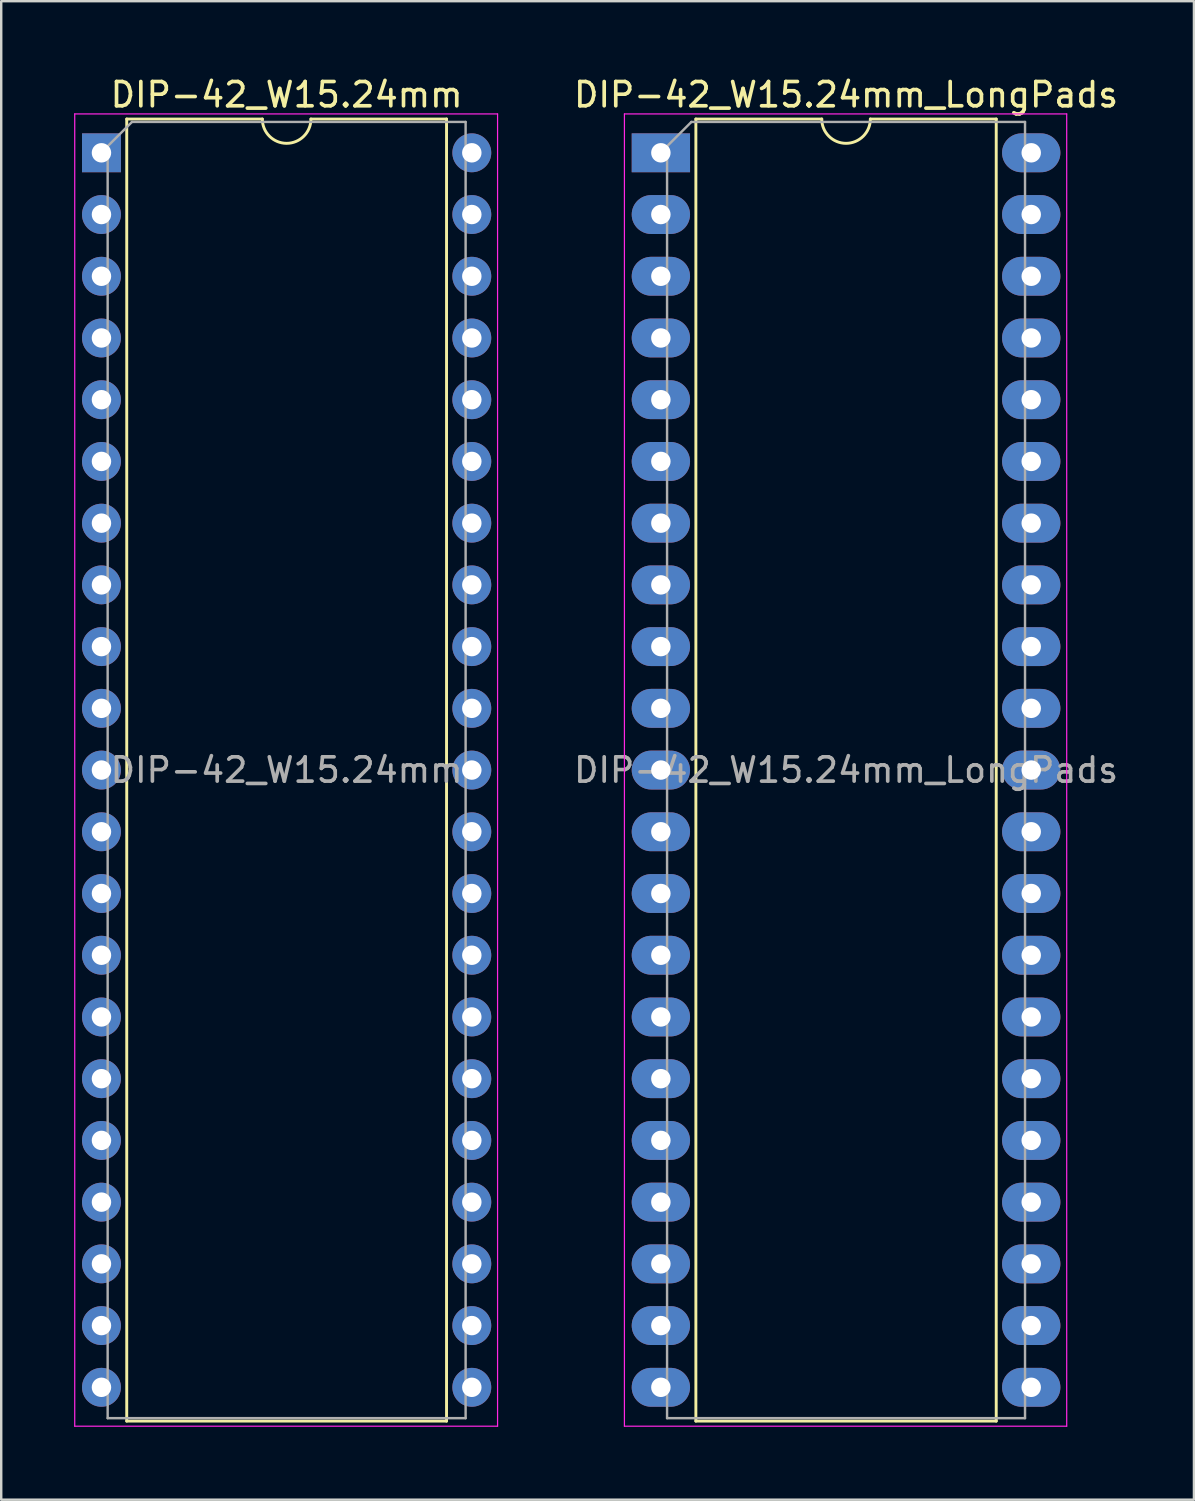
<source format=kicad_pcb>
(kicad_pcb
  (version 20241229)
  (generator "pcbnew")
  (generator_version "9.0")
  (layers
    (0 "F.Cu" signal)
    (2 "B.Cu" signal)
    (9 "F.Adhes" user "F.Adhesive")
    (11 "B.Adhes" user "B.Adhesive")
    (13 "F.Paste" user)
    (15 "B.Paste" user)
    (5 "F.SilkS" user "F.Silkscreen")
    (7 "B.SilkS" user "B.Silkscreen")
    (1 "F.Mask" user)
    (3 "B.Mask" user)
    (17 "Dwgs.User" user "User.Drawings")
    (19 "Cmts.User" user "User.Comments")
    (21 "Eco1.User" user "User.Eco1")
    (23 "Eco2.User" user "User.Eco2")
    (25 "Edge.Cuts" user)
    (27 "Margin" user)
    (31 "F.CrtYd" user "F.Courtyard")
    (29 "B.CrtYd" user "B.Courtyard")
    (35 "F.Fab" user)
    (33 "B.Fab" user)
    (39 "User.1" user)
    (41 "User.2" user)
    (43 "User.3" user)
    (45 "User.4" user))
  (footprint "DIP-42_W15.24mm"
    (layer "F.Cu")
    (at 1.125 3.238)
    (property "Reference" "DIP-42_W15.24mm" (at 7.62 -2.39 0) (layer "F.SilkS") (effects (font (size 1 1) (thickness 0.15))))
    (attr through_hole)
    (fp_line (start 1.04 -1.39) (end 1.04 52.19) (stroke (width 0.12) (type solid)) (layer "F.SilkS"))
    (fp_line (start 1.04 52.19) (end 14.2 52.19) (stroke (width 0.12) (type solid)) (layer "F.SilkS"))
    (fp_line (start 6.62 -1.39) (end 1.04 -1.39) (stroke (width 0.12) (type solid)) (layer "F.SilkS"))
    (fp_line (start 14.2 -1.39) (end 8.62 -1.39) (stroke (width 0.12) (type solid)) (layer "F.SilkS"))
    (fp_line (start 14.2 52.19) (end 14.2 -1.39) (stroke (width 0.12) (type solid)) (layer "F.SilkS"))
    (fp_arc (start 8.62 -1.39) (mid 7.62 -0.39) (end 6.62 -1.39) (stroke (width 0.12) (type solid)) (layer "F.SilkS"))
    (fp_line (start -1.1 -1.6) (end -1.1 52.4) (stroke (width 0.05) (type solid)) (layer "F.CrtYd"))
    (fp_line (start -1.1 52.4) (end 16.3 52.4) (stroke (width 0.05) (type solid)) (layer "F.CrtYd"))
    (fp_line (start 16.3 -1.6) (end -1.1 -1.6) (stroke (width 0.05) (type solid)) (layer "F.CrtYd"))
    (fp_line (start 16.3 52.4) (end 16.3 -1.6) (stroke (width 0.05) (type solid)) (layer "F.CrtYd"))
    (fp_line (start 0.255 -0.27) (end 1.255 -1.27) (stroke (width 0.1) (type solid)) (layer "F.Fab"))
    (fp_line (start 0.255 52.07) (end 0.255 -0.27) (stroke (width 0.1) (type solid)) (layer "F.Fab"))
    (fp_line (start 1.255 -1.27) (end 14.985 -1.27) (stroke (width 0.1) (type solid)) (layer "F.Fab"))
    (fp_line (start 14.985 -1.27) (end 14.985 52.07) (stroke (width 0.1) (type solid)) (layer "F.Fab"))
    (fp_line (start 14.985 52.07) (end 0.255 52.07) (stroke (width 0.1) (type solid)) (layer "F.Fab"))
    (fp_text user "${REFERENCE}" (at 7.62 25.4 0) (layer "F.Fab") (effects (font (size 1 1) (thickness 0.15))))
    (pad "1" thru_hole rect (at 0 0) (size 1.6 1.6) (drill 0.8) (layers "*.Cu" "*.Mask"))
    (pad "2" thru_hole oval (at 0 2.54) (size 1.6 1.6) (drill 0.8) (layers "*.Cu" "*.Mask"))
    (pad "3" thru_hole oval (at 0 5.08) (size 1.6 1.6) (drill 0.8) (layers "*.Cu" "*.Mask"))
    (pad "4" thru_hole oval (at 0 7.62) (size 1.6 1.6) (drill 0.8) (layers "*.Cu" "*.Mask"))
    (pad "5" thru_hole oval (at 0 10.16) (size 1.6 1.6) (drill 0.8) (layers "*.Cu" "*.Mask"))
    (pad "6" thru_hole oval (at 0 12.7) (size 1.6 1.6) (drill 0.8) (layers "*.Cu" "*.Mask"))
    (pad "7" thru_hole oval (at 0 15.24) (size 1.6 1.6) (drill 0.8) (layers "*.Cu" "*.Mask"))
    (pad "8" thru_hole oval (at 0 17.78) (size 1.6 1.6) (drill 0.8) (layers "*.Cu" "*.Mask"))
    (pad "9" thru_hole oval (at 0 20.32) (size 1.6 1.6) (drill 0.8) (layers "*.Cu" "*.Mask"))
    (pad "10" thru_hole oval (at 0 22.86) (size 1.6 1.6) (drill 0.8) (layers "*.Cu" "*.Mask"))
    (pad "11" thru_hole oval (at 0 25.4) (size 1.6 1.6) (drill 0.8) (layers "*.Cu" "*.Mask"))
    (pad "12" thru_hole oval (at 0 27.94) (size 1.6 1.6) (drill 0.8) (layers "*.Cu" "*.Mask"))
    (pad "13" thru_hole oval (at 0 30.48) (size 1.6 1.6) (drill 0.8) (layers "*.Cu" "*.Mask"))
    (pad "14" thru_hole oval (at 0 33.02) (size 1.6 1.6) (drill 0.8) (layers "*.Cu" "*.Mask"))
    (pad "15" thru_hole oval (at 0 35.56) (size 1.6 1.6) (drill 0.8) (layers "*.Cu" "*.Mask"))
    (pad "16" thru_hole oval (at 0 38.1) (size 1.6 1.6) (drill 0.8) (layers "*.Cu" "*.Mask"))
    (pad "17" thru_hole oval (at 0 40.64) (size 1.6 1.6) (drill 0.8) (layers "*.Cu" "*.Mask"))
    (pad "18" thru_hole oval (at 0 43.18) (size 1.6 1.6) (drill 0.8) (layers "*.Cu" "*.Mask"))
    (pad "19" thru_hole oval (at 0 45.72) (size 1.6 1.6) (drill 0.8) (layers "*.Cu" "*.Mask"))
    (pad "20" thru_hole oval (at 0 48.26) (size 1.6 1.6) (drill 0.8) (layers "*.Cu" "*.Mask"))
    (pad "21" thru_hole oval (at 0 50.8) (size 1.6 1.6) (drill 0.8) (layers "*.Cu" "*.Mask"))
    (pad "22" thru_hole oval (at 15.24 50.8) (size 1.6 1.6) (drill 0.8) (layers "*.Cu" "*.Mask"))
    (pad "23" thru_hole oval (at 15.24 48.26) (size 1.6 1.6) (drill 0.8) (layers "*.Cu" "*.Mask"))
    (pad "24" thru_hole oval (at 15.24 45.72) (size 1.6 1.6) (drill 0.8) (layers "*.Cu" "*.Mask"))
    (pad "25" thru_hole oval (at 15.24 43.18) (size 1.6 1.6) (drill 0.8) (layers "*.Cu" "*.Mask"))
    (pad "26" thru_hole oval (at 15.24 40.64) (size 1.6 1.6) (drill 0.8) (layers "*.Cu" "*.Mask"))
    (pad "27" thru_hole oval (at 15.24 38.1) (size 1.6 1.6) (drill 0.8) (layers "*.Cu" "*.Mask"))
    (pad "28" thru_hole oval (at 15.24 35.56) (size 1.6 1.6) (drill 0.8) (layers "*.Cu" "*.Mask"))
    (pad "29" thru_hole oval (at 15.24 33.02) (size 1.6 1.6) (drill 0.8) (layers "*.Cu" "*.Mask"))
    (pad "30" thru_hole oval (at 15.24 30.48) (size 1.6 1.6) (drill 0.8) (layers "*.Cu" "*.Mask"))
    (pad "31" thru_hole oval (at 15.24 27.94) (size 1.6 1.6) (drill 0.8) (layers "*.Cu" "*.Mask"))
    (pad "32" thru_hole oval (at 15.24 25.4) (size 1.6 1.6) (drill 0.8) (layers "*.Cu" "*.Mask"))
    (pad "33" thru_hole oval (at 15.24 22.86) (size 1.6 1.6) (drill 0.8) (layers "*.Cu" "*.Mask"))
    (pad "34" thru_hole oval (at 15.24 20.32) (size 1.6 1.6) (drill 0.8) (layers "*.Cu" "*.Mask"))
    (pad "35" thru_hole oval (at 15.24 17.78) (size 1.6 1.6) (drill 0.8) (layers "*.Cu" "*.Mask"))
    (pad "36" thru_hole oval (at 15.24 15.24) (size 1.6 1.6) (drill 0.8) (layers "*.Cu" "*.Mask"))
    (pad "37" thru_hole oval (at 15.24 12.7) (size 1.6 1.6) (drill 0.8) (layers "*.Cu" "*.Mask"))
    (pad "38" thru_hole oval (at 15.24 10.16) (size 1.6 1.6) (drill 0.8) (layers "*.Cu" "*.Mask"))
    (pad "39" thru_hole oval (at 15.24 7.62) (size 1.6 1.6) (drill 0.8) (layers "*.Cu" "*.Mask"))
    (pad "40" thru_hole oval (at 15.24 5.08) (size 1.6 1.6) (drill 0.8) (layers "*.Cu" "*.Mask"))
    (pad "41" thru_hole oval (at 15.24 2.54) (size 1.6 1.6) (drill 0.8) (layers "*.Cu" "*.Mask"))
    (pad "42" thru_hole oval (at 15.24 0) (size 1.6 1.6) (drill 0.8) (layers "*.Cu" "*.Mask")))
  (footprint "DIP-42_W15.24mm_LongPads"
    (layer "F.Cu")
    (at 24.145 3.238)
    (property "Reference" "DIP-42_W15.24mm_LongPads" (at 7.62 -2.39 0) (layer "F.SilkS") (effects (font (size 1 1) (thickness 0.15))))
    (attr through_hole)
    (fp_line (start 1.44 -1.39) (end 1.44 52.19) (stroke (width 0.12) (type solid)) (layer "F.SilkS"))
    (fp_line (start 1.44 52.19) (end 13.8 52.19) (stroke (width 0.12) (type solid)) (layer "F.SilkS"))
    (fp_line (start 6.62 -1.39) (end 1.44 -1.39) (stroke (width 0.12) (type solid)) (layer "F.SilkS"))
    (fp_line (start 13.8 -1.39) (end 8.62 -1.39) (stroke (width 0.12) (type solid)) (layer "F.SilkS"))
    (fp_line (start 13.8 52.19) (end 13.8 -1.39) (stroke (width 0.12) (type solid)) (layer "F.SilkS"))
    (fp_arc (start 8.62 -1.39) (mid 7.62 -0.39) (end 6.62 -1.39) (stroke (width 0.12) (type solid)) (layer "F.SilkS"))
    (fp_line (start -1.5 -1.6) (end -1.5 52.4) (stroke (width 0.05) (type solid)) (layer "F.CrtYd"))
    (fp_line (start -1.5 52.4) (end 16.7 52.4) (stroke (width 0.05) (type solid)) (layer "F.CrtYd"))
    (fp_line (start 16.7 -1.6) (end -1.5 -1.6) (stroke (width 0.05) (type solid)) (layer "F.CrtYd"))
    (fp_line (start 16.7 52.4) (end 16.7 -1.6) (stroke (width 0.05) (type solid)) (layer "F.CrtYd"))
    (fp_line (start 0.255 -0.27) (end 1.255 -1.27) (stroke (width 0.1) (type solid)) (layer "F.Fab"))
    (fp_line (start 0.255 52.07) (end 0.255 -0.27) (stroke (width 0.1) (type solid)) (layer "F.Fab"))
    (fp_line (start 1.255 -1.27) (end 14.985 -1.27) (stroke (width 0.1) (type solid)) (layer "F.Fab"))
    (fp_line (start 14.985 -1.27) (end 14.985 52.07) (stroke (width 0.1) (type solid)) (layer "F.Fab"))
    (fp_line (start 14.985 52.07) (end 0.255 52.07) (stroke (width 0.1) (type solid)) (layer "F.Fab"))
    (fp_text user "${REFERENCE}" (at 7.62 25.4 0) (layer "F.Fab") (effects (font (size 1 1) (thickness 0.15))))
    (pad "1" thru_hole rect (at 0 0) (size 2.4 1.6) (drill 0.8) (layers "*.Cu" "*.Mask"))
    (pad "2" thru_hole oval (at 0 2.54) (size 2.4 1.6) (drill 0.8) (layers "*.Cu" "*.Mask"))
    (pad "3" thru_hole oval (at 0 5.08) (size 2.4 1.6) (drill 0.8) (layers "*.Cu" "*.Mask"))
    (pad "4" thru_hole oval (at 0 7.62) (size 2.4 1.6) (drill 0.8) (layers "*.Cu" "*.Mask"))
    (pad "5" thru_hole oval (at 0 10.16) (size 2.4 1.6) (drill 0.8) (layers "*.Cu" "*.Mask"))
    (pad "6" thru_hole oval (at 0 12.7) (size 2.4 1.6) (drill 0.8) (layers "*.Cu" "*.Mask"))
    (pad "7" thru_hole oval (at 0 15.24) (size 2.4 1.6) (drill 0.8) (layers "*.Cu" "*.Mask"))
    (pad "8" thru_hole oval (at 0 17.78) (size 2.4 1.6) (drill 0.8) (layers "*.Cu" "*.Mask"))
    (pad "9" thru_hole oval (at 0 20.32) (size 2.4 1.6) (drill 0.8) (layers "*.Cu" "*.Mask"))
    (pad "10" thru_hole oval (at 0 22.86) (size 2.4 1.6) (drill 0.8) (layers "*.Cu" "*.Mask"))
    (pad "11" thru_hole oval (at 0 25.4) (size 2.4 1.6) (drill 0.8) (layers "*.Cu" "*.Mask"))
    (pad "12" thru_hole oval (at 0 27.94) (size 2.4 1.6) (drill 0.8) (layers "*.Cu" "*.Mask"))
    (pad "13" thru_hole oval (at 0 30.48) (size 2.4 1.6) (drill 0.8) (layers "*.Cu" "*.Mask"))
    (pad "14" thru_hole oval (at 0 33.02) (size 2.4 1.6) (drill 0.8) (layers "*.Cu" "*.Mask"))
    (pad "15" thru_hole oval (at 0 35.56) (size 2.4 1.6) (drill 0.8) (layers "*.Cu" "*.Mask"))
    (pad "16" thru_hole oval (at 0 38.1) (size 2.4 1.6) (drill 0.8) (layers "*.Cu" "*.Mask"))
    (pad "17" thru_hole oval (at 0 40.64) (size 2.4 1.6) (drill 0.8) (layers "*.Cu" "*.Mask"))
    (pad "18" thru_hole oval (at 0 43.18) (size 2.4 1.6) (drill 0.8) (layers "*.Cu" "*.Mask"))
    (pad "19" thru_hole oval (at 0 45.72) (size 2.4 1.6) (drill 0.8) (layers "*.Cu" "*.Mask"))
    (pad "20" thru_hole oval (at 0 48.26) (size 2.4 1.6) (drill 0.8) (layers "*.Cu" "*.Mask"))
    (pad "21" thru_hole oval (at 0 50.8) (size 2.4 1.6) (drill 0.8) (layers "*.Cu" "*.Mask"))
    (pad "22" thru_hole oval (at 15.24 50.8) (size 2.4 1.6) (drill 0.8) (layers "*.Cu" "*.Mask"))
    (pad "23" thru_hole oval (at 15.24 48.26) (size 2.4 1.6) (drill 0.8) (layers "*.Cu" "*.Mask"))
    (pad "24" thru_hole oval (at 15.24 45.72) (size 2.4 1.6) (drill 0.8) (layers "*.Cu" "*.Mask"))
    (pad "25" thru_hole oval (at 15.24 43.18) (size 2.4 1.6) (drill 0.8) (layers "*.Cu" "*.Mask"))
    (pad "26" thru_hole oval (at 15.24 40.64) (size 2.4 1.6) (drill 0.8) (layers "*.Cu" "*.Mask"))
    (pad "27" thru_hole oval (at 15.24 38.1) (size 2.4 1.6) (drill 0.8) (layers "*.Cu" "*.Mask"))
    (pad "28" thru_hole oval (at 15.24 35.56) (size 2.4 1.6) (drill 0.8) (layers "*.Cu" "*.Mask"))
    (pad "29" thru_hole oval (at 15.24 33.02) (size 2.4 1.6) (drill 0.8) (layers "*.Cu" "*.Mask"))
    (pad "30" thru_hole oval (at 15.24 30.48) (size 2.4 1.6) (drill 0.8) (layers "*.Cu" "*.Mask"))
    (pad "31" thru_hole oval (at 15.24 27.94) (size 2.4 1.6) (drill 0.8) (layers "*.Cu" "*.Mask"))
    (pad "32" thru_hole oval (at 15.24 25.4) (size 2.4 1.6) (drill 0.8) (layers "*.Cu" "*.Mask"))
    (pad "33" thru_hole oval (at 15.24 22.86) (size 2.4 1.6) (drill 0.8) (layers "*.Cu" "*.Mask"))
    (pad "34" thru_hole oval (at 15.24 20.32) (size 2.4 1.6) (drill 0.8) (layers "*.Cu" "*.Mask"))
    (pad "35" thru_hole oval (at 15.24 17.78) (size 2.4 1.6) (drill 0.8) (layers "*.Cu" "*.Mask"))
    (pad "36" thru_hole oval (at 15.24 15.24) (size 2.4 1.6) (drill 0.8) (layers "*.Cu" "*.Mask"))
    (pad "37" thru_hole oval (at 15.24 12.7) (size 2.4 1.6) (drill 0.8) (layers "*.Cu" "*.Mask"))
    (pad "38" thru_hole oval (at 15.24 10.16) (size 2.4 1.6) (drill 0.8) (layers "*.Cu" "*.Mask"))
    (pad "39" thru_hole oval (at 15.24 7.62) (size 2.4 1.6) (drill 0.8) (layers "*.Cu" "*.Mask"))
    (pad "40" thru_hole oval (at 15.24 5.08) (size 2.4 1.6) (drill 0.8) (layers "*.Cu" "*.Mask"))
    (pad "41" thru_hole oval (at 15.24 2.54) (size 2.4 1.6) (drill 0.8) (layers "*.Cu" "*.Mask"))
    (pad "42" thru_hole oval (at 15.24 0) (size 2.4 1.6) (drill 0.8) (layers "*.Cu" "*.Mask")))
  (gr_rect
    (start -3 -3)
    (end 46.081 58.663)
    (stroke (width 0.1) (type default))
    (fill no)
    (layer "Edge.Cuts")))
</source>
